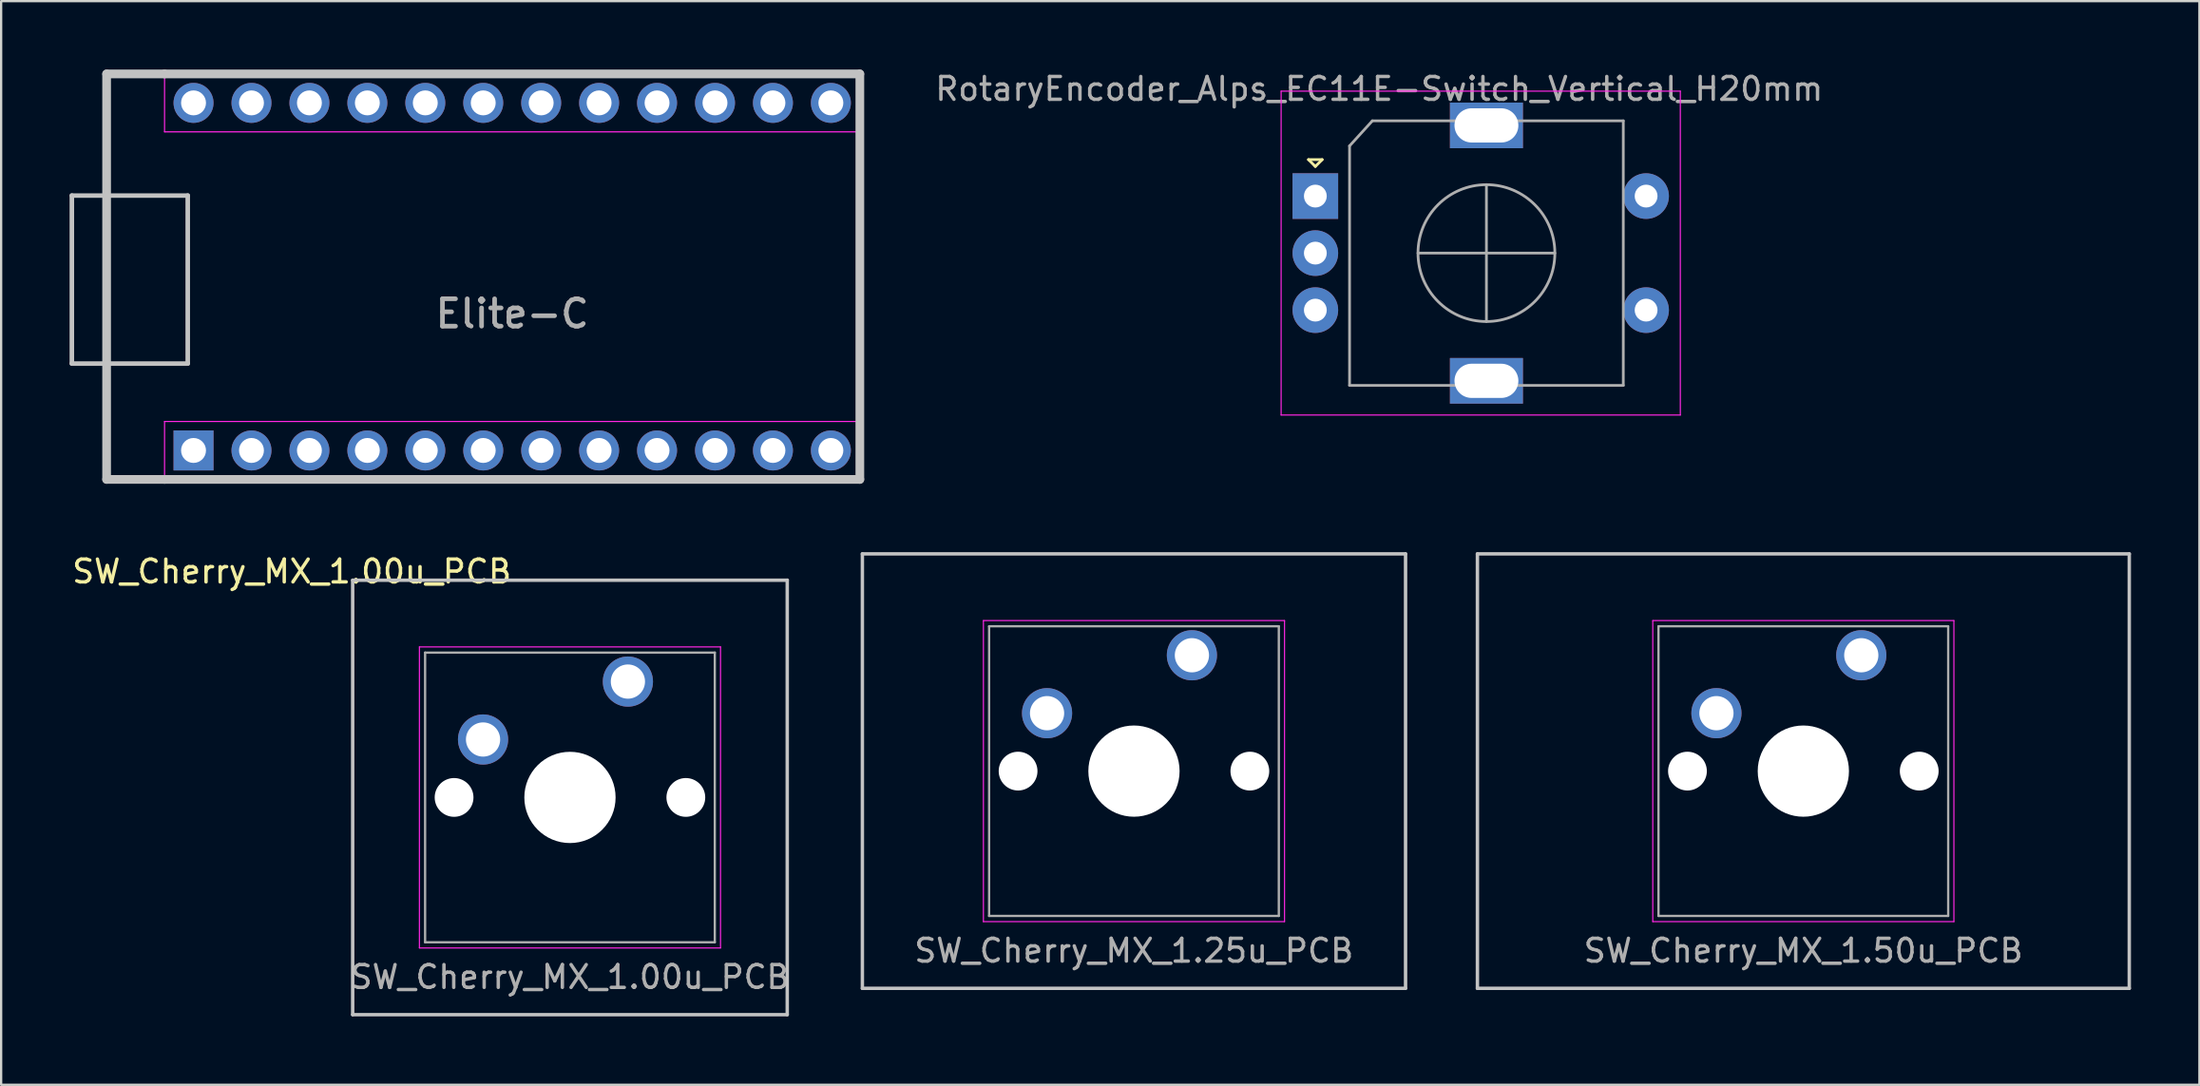
<source format=kicad_pcb>
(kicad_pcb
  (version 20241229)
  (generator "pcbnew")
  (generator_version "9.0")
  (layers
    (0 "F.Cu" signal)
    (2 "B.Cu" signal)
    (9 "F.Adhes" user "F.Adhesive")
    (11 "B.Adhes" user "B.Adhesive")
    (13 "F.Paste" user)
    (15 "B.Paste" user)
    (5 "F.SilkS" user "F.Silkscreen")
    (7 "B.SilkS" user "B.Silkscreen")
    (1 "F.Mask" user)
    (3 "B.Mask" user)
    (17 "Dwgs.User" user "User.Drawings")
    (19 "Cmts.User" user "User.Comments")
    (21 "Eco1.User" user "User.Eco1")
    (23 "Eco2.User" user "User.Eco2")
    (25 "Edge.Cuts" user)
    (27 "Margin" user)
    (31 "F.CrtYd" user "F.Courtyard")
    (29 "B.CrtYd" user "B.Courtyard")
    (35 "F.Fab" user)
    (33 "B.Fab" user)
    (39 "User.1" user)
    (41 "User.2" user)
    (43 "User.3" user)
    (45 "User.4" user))
  (footprint "SW_Cherry_MX_1.00u_PCB"
    (layer "F.Cu")
    (at 24.476 26.835)
    (property "Reference" "SW_Cherry_MX_1.00u_PCB" (at -14.732 -4.826 0) (layer "F.SilkS") (effects (font (size 1 1) (thickness 0.15))))
    (attr through_hole)
    (fp_line (start -12.065 -4.445) (end 6.985 -4.445) (stroke (width 0.15) (type solid)) (layer "Dwgs.User"))
    (fp_line (start -12.065 14.605) (end -12.065 -4.445) (stroke (width 0.15) (type solid)) (layer "Dwgs.User"))
    (fp_line (start 6.985 -4.445) (end 6.985 14.605) (stroke (width 0.15) (type solid)) (layer "Dwgs.User"))
    (fp_line (start 6.985 14.605) (end -12.065 14.605) (stroke (width 0.15) (type solid)) (layer "Dwgs.User"))
    (fp_line (start -9.14 -1.52) (end 4.06 -1.52) (stroke (width 0.05) (type solid)) (layer "F.CrtYd"))
    (fp_line (start -9.14 11.68) (end -9.14 -1.52) (stroke (width 0.05) (type solid)) (layer "F.CrtYd"))
    (fp_line (start 4.06 -1.52) (end 4.06 11.68) (stroke (width 0.05) (type solid)) (layer "F.CrtYd"))
    (fp_line (start 4.06 11.68) (end -9.14 11.68) (stroke (width 0.05) (type solid)) (layer "F.CrtYd"))
    (fp_line (start -8.89 -1.27) (end 3.81 -1.27) (stroke (width 0.1) (type solid)) (layer "F.Fab"))
    (fp_line (start -8.89 11.43) (end -8.89 -1.27) (stroke (width 0.1) (type solid)) (layer "F.Fab"))
    (fp_line (start 3.81 -1.27) (end 3.81 11.43) (stroke (width 0.1) (type solid)) (layer "F.Fab"))
    (fp_line (start 3.81 11.43) (end -8.89 11.43) (stroke (width 0.1) (type solid)) (layer "F.Fab"))
    (fp_text user "${REFERENCE}" (at -2.54 12.954 0) (layer "F.Fab") (effects (font (size 1 1) (thickness 0.15))))
    (pad "" np_thru_hole circle (at -7.62 5.08) (size 1.7 1.7) (drill 1.7) (layers "*.Cu" "*.Mask"))
    (pad "" np_thru_hole circle (at -2.54 5.08) (size 4 4) (drill 4) (layers "*.Cu" "*.Mask"))
    (pad "" np_thru_hole circle (at 2.54 5.08) (size 1.7 1.7) (drill 1.7) (layers "*.Cu" "*.Mask"))
    (pad "1" thru_hole circle (at 0 0) (size 2.2 2.2) (drill 1.5) (layers "*.Cu" "*.Mask"))
    (pad "2" thru_hole circle (at -6.35 2.54) (size 2.2 2.2) (drill 1.5) (layers "*.Cu" "*.Mask")))
  (footprint "SW_Cherry_MX_1.50u_PCB"
    (layer "F.Cu")
    (at 78.545 25.681)
    (property "Reference" "SW_Cherry_MX_1.50u_PCB" (at -2.54 12.954 0) (layer "F.Fab") (effects (font (size 1 1) (thickness 0.15))))
    (attr through_hole)
    (fp_line (start -16.828 -4.445) (end 11.748 -4.445) (stroke (width 0.15) (type solid)) (layer "Dwgs.User"))
    (fp_line (start -16.828 14.605) (end -16.828 -4.445) (stroke (width 0.15) (type solid)) (layer "Dwgs.User"))
    (fp_line (start 11.748 -4.445) (end 11.748 14.605) (stroke (width 0.15) (type solid)) (layer "Dwgs.User"))
    (fp_line (start 11.748 14.605) (end -16.828 14.605) (stroke (width 0.15) (type solid)) (layer "Dwgs.User"))
    (fp_line (start -9.14 -1.52) (end 4.06 -1.52) (stroke (width 0.05) (type solid)) (layer "F.CrtYd"))
    (fp_line (start -9.14 11.68) (end -9.14 -1.52) (stroke (width 0.05) (type solid)) (layer "F.CrtYd"))
    (fp_line (start 4.06 -1.52) (end 4.06 11.68) (stroke (width 0.05) (type solid)) (layer "F.CrtYd"))
    (fp_line (start 4.06 11.68) (end -9.14 11.68) (stroke (width 0.05) (type solid)) (layer "F.CrtYd"))
    (fp_line (start -8.89 -1.27) (end 3.81 -1.27) (stroke (width 0.1) (type solid)) (layer "F.Fab"))
    (fp_line (start -8.89 11.43) (end -8.89 -1.27) (stroke (width 0.1) (type solid)) (layer "F.Fab"))
    (fp_line (start 3.81 -1.27) (end 3.81 11.43) (stroke (width 0.1) (type solid)) (layer "F.Fab"))
    (fp_line (start 3.81 11.43) (end -8.89 11.43) (stroke (width 0.1) (type solid)) (layer "F.Fab"))
    (pad "" np_thru_hole circle (at -7.62 5.08) (size 1.7 1.7) (drill 1.7) (layers "*.Cu" "*.Mask"))
    (pad "" np_thru_hole circle (at -2.54 5.08) (size 4 4) (drill 4) (layers "*.Cu" "*.Mask"))
    (pad "" np_thru_hole circle (at 2.54 5.08) (size 1.7 1.7) (drill 1.7) (layers "*.Cu" "*.Mask"))
    (pad "1" thru_hole circle (at 0 0) (size 2.2 2.2) (drill 1.5) (layers "*.Cu" "*.Mask"))
    (pad "2" thru_hole circle (at -6.35 2.54) (size 2.2 2.2) (drill 1.5) (layers "*.Cu" "*.Mask")))
  (footprint "Elite-C"
    (layer "F.Cu")
    (at 19.404 9.081)
    (property "Reference" "Elite-C" (at 0 1.625 0) (layer "F.Fab") (effects (font (size 1.2 1.2) (thickness 0.203))))
    (attr through_hole)
    (fp_line (start -19.304 -3.556) (end -14.224 -3.556) (stroke (width 0.2) (type solid)) (layer "Dwgs.User"))
    (fp_line (start -19.304 3.81) (end -19.304 -3.556) (stroke (width 0.2) (type solid)) (layer "Dwgs.User"))
    (fp_line (start -17.78 -8.89) (end -17.78 8.89) (stroke (width 0.381) (type solid)) (layer "Dwgs.User"))
    (fp_line (start -17.78 8.89) (end -15.24 8.89) (stroke (width 0.381) (type solid)) (layer "Dwgs.User"))
    (fp_line (start -15.24 -8.89) (end -17.78 -8.89) (stroke (width 0.381) (type solid)) (layer "Dwgs.User"))
    (fp_line (start -15.24 8.89) (end 15.24 8.89) (stroke (width 0.381) (type solid)) (layer "Dwgs.User"))
    (fp_line (start -14.224 -3.556) (end -14.224 3.81) (stroke (width 0.2) (type solid)) (layer "Dwgs.User"))
    (fp_line (start -14.224 3.81) (end -19.304 3.81) (stroke (width 0.2) (type solid)) (layer "Dwgs.User"))
    (fp_line (start 15.24 -8.89) (end -15.24 -8.89) (stroke (width 0.381) (type solid)) (layer "Dwgs.User"))
    (fp_line (start 15.24 8.89) (end 15.24 -8.89) (stroke (width 0.381) (type solid)) (layer "Dwgs.User"))
    (fp_line (start -15.24 -8.89) (end 15.24 -8.89) (stroke (width 0.05) (type solid)) (layer "F.CrtYd"))
    (fp_line (start -15.24 -6.35) (end -15.24 -8.89) (stroke (width 0.05) (type solid)) (layer "F.CrtYd"))
    (fp_line (start -15.24 6.35) (end 15.24 6.35) (stroke (width 0.05) (type solid)) (layer "F.CrtYd"))
    (fp_line (start -15.24 8.89) (end -15.24 6.35) (stroke (width 0.05) (type solid)) (layer "F.CrtYd"))
    (fp_line (start 15.24 -8.89) (end 15.24 -6.35) (stroke (width 0.05) (type solid)) (layer "F.CrtYd"))
    (fp_line (start 15.24 -6.35) (end -15.24 -6.35) (stroke (width 0.05) (type solid)) (layer "F.CrtYd"))
    (fp_line (start 15.24 6.35) (end 15.24 8.89) (stroke (width 0.05) (type solid)) (layer "F.CrtYd"))
    (fp_line (start 15.24 8.89) (end -15.24 8.89) (stroke (width 0.05) (type solid)) (layer "F.CrtYd"))
    (pad "1" thru_hole rect (at -13.97 7.62) (size 1.753 1.753) (drill 1.092) (layers "*.Cu" "*.Mask"))
    (pad "2" thru_hole circle (at -11.43 7.62) (size 1.753 1.753) (drill 1.092) (layers "*.Cu" "*.Mask"))
    (pad "3" thru_hole circle (at -8.89 7.62) (size 1.753 1.753) (drill 1.092) (layers "*.Cu" "*.Mask"))
    (pad "4" thru_hole circle (at -6.35 7.62) (size 1.753 1.753) (drill 1.092) (layers "*.Cu" "*.Mask"))
    (pad "5" thru_hole circle (at -3.81 7.62) (size 1.753 1.753) (drill 1.092) (layers "*.Cu" "*.Mask"))
    (pad "6" thru_hole circle (at -1.27 7.62) (size 1.753 1.753) (drill 1.092) (layers "*.Cu" "*.Mask"))
    (pad "7" thru_hole circle (at 1.27 7.62) (size 1.753 1.753) (drill 1.092) (layers "*.Cu" "*.Mask"))
    (pad "8" thru_hole circle (at 3.81 7.62) (size 1.753 1.753) (drill 1.092) (layers "*.Cu" "*.Mask"))
    (pad "9" thru_hole circle (at 6.35 7.62) (size 1.753 1.753) (drill 1.092) (layers "*.Cu" "*.Mask"))
    (pad "10" thru_hole circle (at 8.89 7.62) (size 1.753 1.753) (drill 1.092) (layers "*.Cu" "*.Mask"))
    (pad "11" thru_hole circle (at 11.43 7.62) (size 1.753 1.753) (drill 1.092) (layers "*.Cu" "*.Mask"))
    (pad "12" thru_hole circle (at 13.97 7.62) (size 1.753 1.753) (drill 1.092) (layers "*.Cu" "*.Mask"))
    (pad "18" thru_hole circle (at 13.97 -7.62) (size 1.753 1.753) (drill 1.092) (layers "*.Cu" "*.Mask"))
    (pad "19" thru_hole circle (at 11.43 -7.62) (size 1.753 1.753) (drill 1.092) (layers "*.Cu" "*.Mask"))
    (pad "20" thru_hole circle (at 8.89 -7.62) (size 1.753 1.753) (drill 1.092) (layers "*.Cu" "*.Mask"))
    (pad "21" thru_hole circle (at 6.35 -7.62) (size 1.753 1.753) (drill 1.092) (layers "*.Cu" "*.Mask"))
    (pad "22" thru_hole circle (at 3.81 -7.62) (size 1.753 1.753) (drill 1.092) (layers "*.Cu" "*.Mask"))
    (pad "23" thru_hole circle (at 1.27 -7.62) (size 1.753 1.753) (drill 1.092) (layers "*.Cu" "*.Mask"))
    (pad "24" thru_hole circle (at -1.27 -7.62) (size 1.753 1.753) (drill 1.092) (layers "*.Cu" "*.Mask"))
    (pad "25" thru_hole circle (at -3.81 -7.62) (size 1.753 1.753) (drill 1.092) (layers "*.Cu" "*.Mask"))
    (pad "26" thru_hole circle (at -6.35 -7.62) (size 1.753 1.753) (drill 1.092) (layers "*.Cu" "*.Mask"))
    (pad "27" thru_hole circle (at -8.89 -7.62) (size 1.753 1.753) (drill 1.092) (layers "*.Cu" "*.Mask"))
    (pad "28" thru_hole circle (at -11.43 -7.62) (size 1.753 1.753) (drill 1.092) (layers "*.Cu" "*.Mask"))
    (pad "29" thru_hole circle (at -13.97 -7.62) (size 1.753 1.753) (drill 1.092) (layers "*.Cu" "*.Mask")))
  (footprint "SW_Cherry_MX_1.25u_PCB"
    (layer "F.Cu")
    (at 49.201 25.681)
    (property "Reference" "SW_Cherry_MX_1.25u_PCB" (at -2.54 12.954 0) (layer "F.Fab") (effects (font (size 1 1) (thickness 0.15))))
    (attr through_hole)
    (fp_line (start -14.446 -4.445) (end 9.366 -4.445) (stroke (width 0.15) (type solid)) (layer "Dwgs.User"))
    (fp_line (start -14.446 14.605) (end -14.446 -4.445) (stroke (width 0.15) (type solid)) (layer "Dwgs.User"))
    (fp_line (start 9.366 -4.445) (end 9.366 14.605) (stroke (width 0.15) (type solid)) (layer "Dwgs.User"))
    (fp_line (start 9.366 14.605) (end -14.446 14.605) (stroke (width 0.15) (type solid)) (layer "Dwgs.User"))
    (fp_line (start -9.14 -1.52) (end 4.06 -1.52) (stroke (width 0.05) (type solid)) (layer "F.CrtYd"))
    (fp_line (start -9.14 11.68) (end -9.14 -1.52) (stroke (width 0.05) (type solid)) (layer "F.CrtYd"))
    (fp_line (start 4.06 -1.52) (end 4.06 11.68) (stroke (width 0.05) (type solid)) (layer "F.CrtYd"))
    (fp_line (start 4.06 11.68) (end -9.14 11.68) (stroke (width 0.05) (type solid)) (layer "F.CrtYd"))
    (fp_line (start -8.89 -1.27) (end 3.81 -1.27) (stroke (width 0.1) (type solid)) (layer "F.Fab"))
    (fp_line (start -8.89 11.43) (end -8.89 -1.27) (stroke (width 0.1) (type solid)) (layer "F.Fab"))
    (fp_line (start 3.81 -1.27) (end 3.81 11.43) (stroke (width 0.1) (type solid)) (layer "F.Fab"))
    (fp_line (start 3.81 11.43) (end -8.89 11.43) (stroke (width 0.1) (type solid)) (layer "F.Fab"))
    (pad "" np_thru_hole circle (at -7.62 5.08) (size 1.7 1.7) (drill 1.7) (layers "*.Cu" "*.Mask"))
    (pad "" np_thru_hole circle (at -2.54 5.08) (size 4 4) (drill 4) (layers "*.Cu" "*.Mask"))
    (pad "" np_thru_hole circle (at 2.54 5.08) (size 1.7 1.7) (drill 1.7) (layers "*.Cu" "*.Mask"))
    (pad "1" thru_hole circle (at 0 0) (size 2.2 2.2) (drill 1.5) (layers "*.Cu" "*.Mask"))
    (pad "2" thru_hole circle (at -6.35 2.54) (size 2.2 2.2) (drill 1.5) (layers "*.Cu" "*.Mask")))
  (footprint "RotaryEncoder_Alps_EC11E-Switch_Vertical_H20mm"
    (layer "F.Cu")
    (at 62.112 8.048)
    (property "Reference" "RotaryEncoder_Alps_EC11E-Switch_Vertical_H20mm" (at -4.7 -7.2 0) (layer "F.Fab") (effects (font (size 1 1) (thickness 0.15))))
    (attr through_hole)
    (fp_line (start -7.8 -4.1) (end -7.2 -4.1) (stroke (width 0.12) (type solid)) (layer "F.SilkS"))
    (fp_line (start -7.5 -3.8) (end -7.8 -4.1) (stroke (width 0.12) (type solid)) (layer "F.SilkS"))
    (fp_line (start -7.2 -4.1) (end -7.5 -3.8) (stroke (width 0.12) (type solid)) (layer "F.SilkS"))
    (fp_line (start -9 -7.1) (end -9 7.1) (stroke (width 0.05) (type solid)) (layer "F.CrtYd"))
    (fp_line (start -9 -7.1) (end 8.5 -7.1) (stroke (width 0.05) (type solid)) (layer "F.CrtYd"))
    (fp_line (start 8.5 7.1) (end -9 7.1) (stroke (width 0.05) (type solid)) (layer "F.CrtYd"))
    (fp_line (start 8.5 7.1) (end 8.5 -7.1) (stroke (width 0.05) (type solid)) (layer "F.CrtYd"))
    (fp_line (start -6 -4.7) (end -5 -5.8) (stroke (width 0.12) (type solid)) (layer "F.Fab"))
    (fp_line (start -6 5.8) (end -6 -4.7) (stroke (width 0.12) (type solid)) (layer "F.Fab"))
    (fp_line (start -5 -5.8) (end 6 -5.8) (stroke (width 0.12) (type solid)) (layer "F.Fab"))
    (fp_line (start -3 0) (end 3 0) (stroke (width 0.12) (type solid)) (layer "F.Fab"))
    (fp_line (start 0 -3) (end 0 3) (stroke (width 0.12) (type solid)) (layer "F.Fab"))
    (fp_line (start 6 -5.8) (end 6 5.8) (stroke (width 0.12) (type solid)) (layer "F.Fab"))
    (fp_line (start 6 5.8) (end -6 5.8) (stroke (width 0.12) (type solid)) (layer "F.Fab"))
    (fp_circle (center 0 0) (end 3 0) (stroke (width 0.12) (type solid)) (fill no) (layer "F.Fab"))
    (pad "A" thru_hole rect (at -7.5 -2.5) (size 2 2) (drill 1) (layers "*.Cu" "*.Mask"))
    (pad "B" thru_hole circle (at -7.5 2.5) (size 2 2) (drill 1) (layers "*.Cu" "*.Mask"))
    (pad "C" thru_hole circle (at -7.5 0) (size 2 2) (drill 1) (layers "*.Cu" "*.Mask"))
    (pad "MP" thru_hole rect (at 0 -5.6) (size 3.2 2) (drill oval 2.8 1.5) (layers "*.Cu" "*.Mask"))
    (pad "MP" thru_hole rect (at 0 5.6) (size 3.2 2) (drill oval 2.8 1.5) (layers "*.Cu" "*.Mask"))
    (pad "S1" thru_hole circle (at 7 2.5) (size 2 2) (drill 1) (layers "*.Cu" "*.Mask"))
    (pad "S2" thru_hole circle (at 7 -2.5) (size 2 2) (drill 1) (layers "*.Cu" "*.Mask")))
  (gr_rect
    (start -3 -3)
    (end 93.368 44.515)
    (stroke (width 0.1) (type default))
    (fill no)
    (layer "Edge.Cuts")))
</source>
